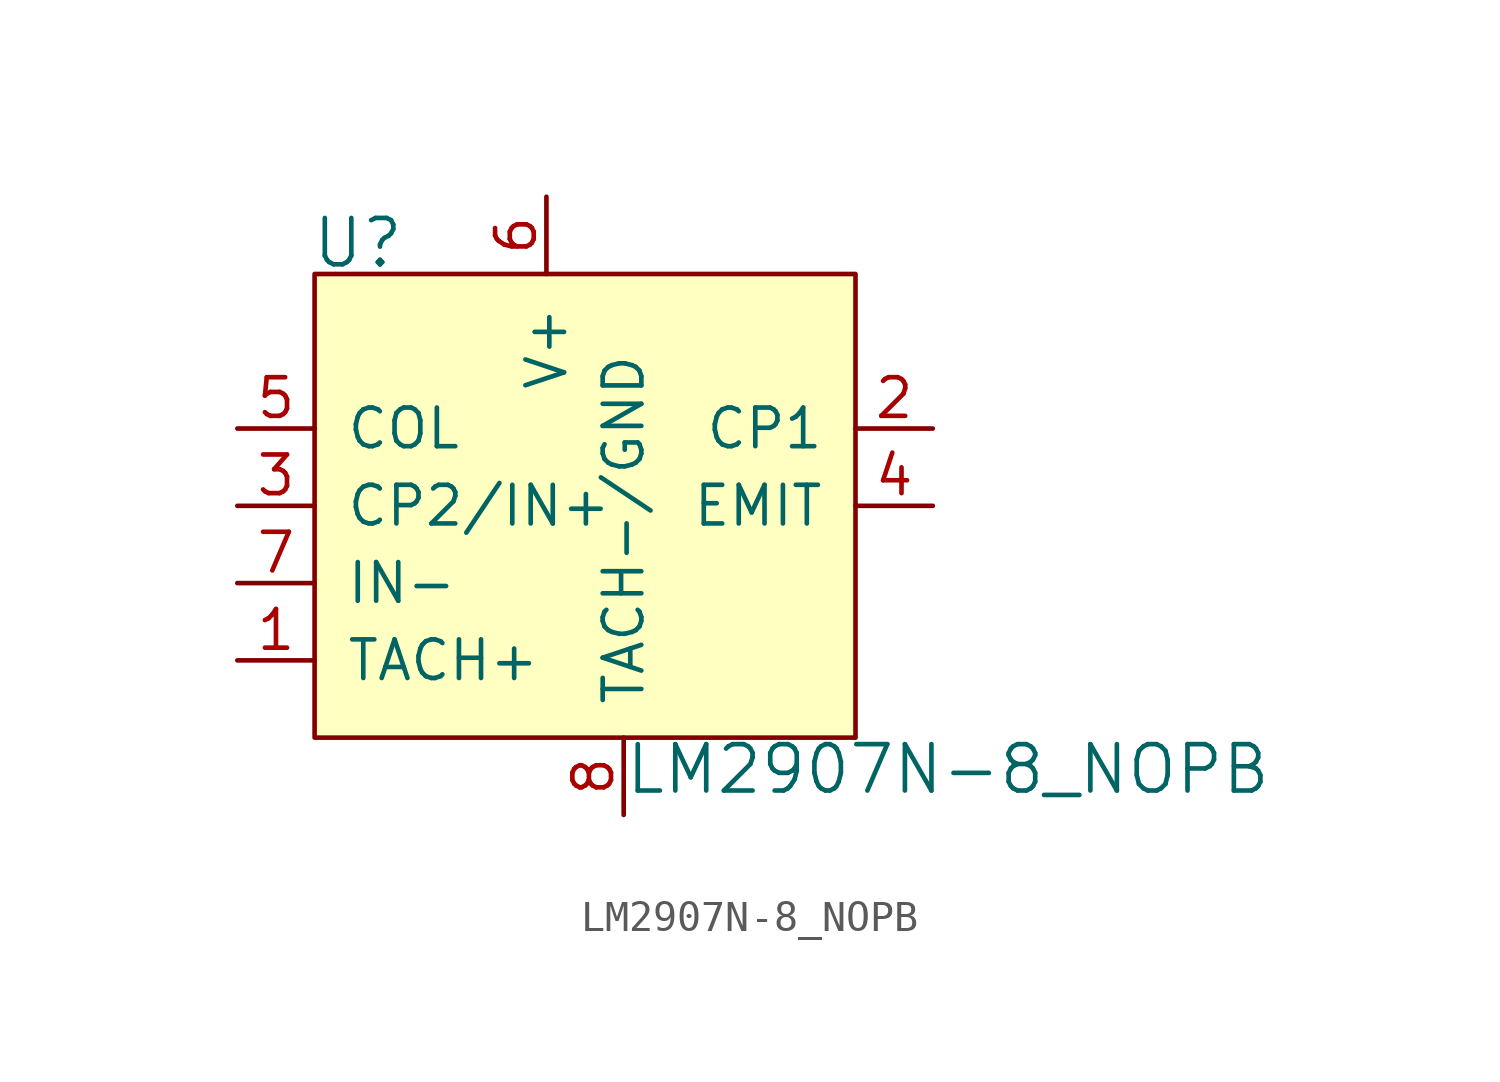
<source format=kicad_sym>
(kicad_symbol_lib
  (version 20201005)
  (generator kicad_symbol_editor)
  (symbol "LM2907N-8_NOPB"
    (pin_names
      (offset 1.016))
    (property "Reference" "U"
      (at -10.287 1.016 0)
      (effects (font (size 1.524 1.524)) (justify left)))
    (property "Value" "LM2907N-8_NOPB"
      (at 0 -16.281 0)
      (effects (font (size 1.524 1.524)) (justify left)))
    (symbol "LM2907N-8_NOPB_0_1"
      (rectangle (start 7.62 0) (end -10.16 -15.24) (stroke (width 0)) (fill (type background))))
    (symbol "LM2907N-8_NOPB_1_1"
      (pin input line (at -12.7 -12.7 0) (length 2.54) (name "TACH+" (effects (font (size 1.27 1.27)))) (number "1" (effects (font (size 1.27 1.27)))))
      (pin output line (at 10.16 -5.08 180) (length 2.54) (name "CP1" (effects (font (size 1.27 1.27)))) (number "2" (effects (font (size 1.27 1.27)))))
      (pin bidirectional line (at -12.7 -7.62 0) (length 2.54) (name "CP2/IN+" (effects (font (size 1.27 1.27)))) (number "3" (effects (font (size 1.27 1.27)))))
      (pin output line (at 10.16 -7.62 180) (length 2.54) (name "EMIT" (effects (font (size 1.27 1.27)))) (number "4" (effects (font (size 1.27 1.27)))))
      (pin input line (at -12.7 -5.08 0) (length 2.54) (name "COL" (effects (font (size 1.27 1.27)))) (number "5" (effects (font (size 1.27 1.27)))))
      (pin power_in line (at -2.54 2.54 270) (length 2.54) (name "V+" (effects (font (size 1.27 1.27)))) (number "6" (effects (font (size 1.27 1.27)))))
      (pin input line (at -12.7 -10.16 0) (length 2.54) (name "IN-" (effects (font (size 1.27 1.27)))) (number "7" (effects (font (size 1.27 1.27)))))
      (pin input line (at 0 -17.78 90) (length 2.54) (name "TACH-/GND" (effects (font (size 1.27 1.27)))) (number "8" (effects (font (size 1.27 1.27))))))))
</source>
